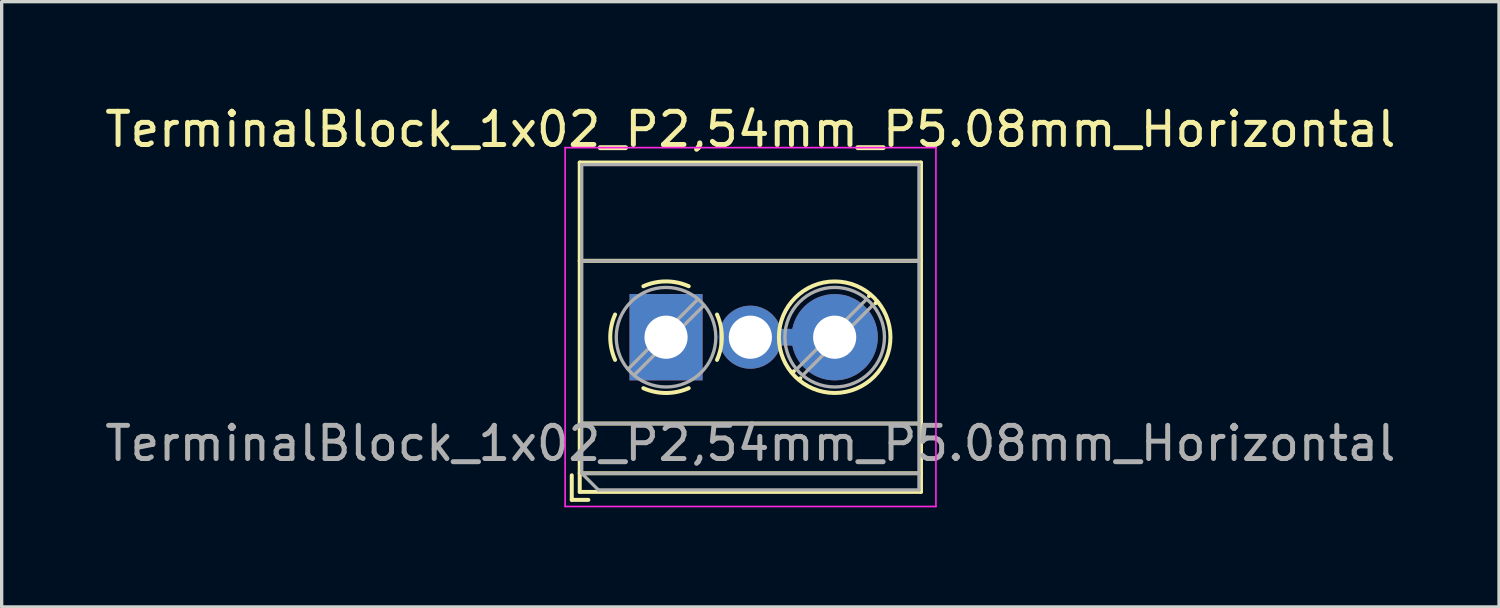
<source format=kicad_pcb>
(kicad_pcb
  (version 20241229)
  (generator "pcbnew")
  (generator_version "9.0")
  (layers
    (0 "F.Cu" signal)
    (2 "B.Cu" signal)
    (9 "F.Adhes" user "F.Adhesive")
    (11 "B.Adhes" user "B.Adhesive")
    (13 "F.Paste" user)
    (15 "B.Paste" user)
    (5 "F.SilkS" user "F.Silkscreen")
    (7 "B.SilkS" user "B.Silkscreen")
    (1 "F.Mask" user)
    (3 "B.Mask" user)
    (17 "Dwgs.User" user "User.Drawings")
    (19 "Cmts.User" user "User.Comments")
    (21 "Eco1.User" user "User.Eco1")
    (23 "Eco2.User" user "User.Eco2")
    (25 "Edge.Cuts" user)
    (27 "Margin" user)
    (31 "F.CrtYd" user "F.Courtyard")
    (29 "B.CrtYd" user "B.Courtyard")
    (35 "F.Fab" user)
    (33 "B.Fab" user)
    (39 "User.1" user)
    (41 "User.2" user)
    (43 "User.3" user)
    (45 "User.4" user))
  (footprint "TerminalBlock_1x02_P2,54mm_P5.08mm_Horizontal"
    (layer "F.Cu")
    (at 17.014 7.108)
    (property "Reference" "TerminalBlock_1x02_P2,54mm_P5.08mm_Horizontal" (at 2.54 -6.26 0) (layer "F.SilkS") (effects (font (size 1 1) (thickness 0.15))))
    (attr through_hole)
    (fp_line (start -2.84 4.16) (end -2.84 4.9) (stroke (width 0.12) (type solid)) (layer "F.SilkS"))
    (fp_line (start -2.84 4.9) (end -2.34 4.9) (stroke (width 0.12) (type solid)) (layer "F.SilkS"))
    (fp_line (start -2.6 -5.261) (end -2.6 4.66) (stroke (width 0.12) (type solid)) (layer "F.SilkS"))
    (fp_line (start -2.6 -5.261) (end 7.68 -5.261) (stroke (width 0.12) (type solid)) (layer "F.SilkS"))
    (fp_line (start -2.6 -2.301) (end 7.68 -2.301) (stroke (width 0.12) (type solid)) (layer "F.SilkS"))
    (fp_line (start -2.6 2.6) (end 7.68 2.6) (stroke (width 0.12) (type solid)) (layer "F.SilkS"))
    (fp_line (start -2.6 4.1) (end 7.68 4.1) (stroke (width 0.12) (type solid)) (layer "F.SilkS"))
    (fp_line (start -2.6 4.66) (end 7.68 4.66) (stroke (width 0.12) (type solid)) (layer "F.SilkS"))
    (fp_line (start 3.853 1.023) (end 3.806 1.069) (stroke (width 0.12) (type solid)) (layer "F.SilkS"))
    (fp_line (start 4.046 1.239) (end 4.011 1.274) (stroke (width 0.12) (type solid)) (layer "F.SilkS"))
    (fp_line (start 6.15 -1.275) (end 6.115 -1.239) (stroke (width 0.12) (type solid)) (layer "F.SilkS"))
    (fp_line (start 6.355 -1.069) (end 6.308 -1.023) (stroke (width 0.12) (type solid)) (layer "F.SilkS"))
    (fp_line (start 7.68 -5.261) (end 7.68 4.66) (stroke (width 0.12) (type solid)) (layer "F.SilkS"))
    (fp_arc (start -1.535427 0.683042) (mid -1.680501 -0.000524) (end -1.535 -0.684) (stroke (width 0.12) (type solid)) (layer "F.SilkS"))
    (fp_arc (start -0.683042 -1.535427) (mid 0.000524 -1.680501) (end 0.684 -1.535) (stroke (width 0.12) (type solid)) (layer "F.SilkS"))
    (fp_arc (start 0.028805 1.680253) (mid -0.335551 1.646659) (end -0.684 1.535) (stroke (width 0.12) (type solid)) (layer "F.SilkS"))
    (fp_arc (start 0.683318 1.534756) (mid 0.349292 1.643288) (end 0 1.68) (stroke (width 0.12) (type solid)) (layer "F.SilkS"))
    (fp_arc (start 1.535427 -0.683042) (mid 1.680501 0.000524) (end 1.535 0.684) (stroke (width 0.12) (type solid)) (layer "F.SilkS"))
    (fp_circle (center 5.08 0) (end 6.76 0) (stroke (width 0.12) (type solid)) (fill no) (layer "F.SilkS"))
    (fp_line (start -3.04 -5.71) (end -3.04 5.1) (stroke (width 0.05) (type solid)) (layer "F.CrtYd"))
    (fp_line (start -3.04 5.1) (end 8.13 5.1) (stroke (width 0.05) (type solid)) (layer "F.CrtYd"))
    (fp_line (start 8.13 -5.71) (end -3.04 -5.71) (stroke (width 0.05) (type solid)) (layer "F.CrtYd"))
    (fp_line (start 8.13 5.1) (end 8.13 -5.71) (stroke (width 0.05) (type solid)) (layer "F.CrtYd"))
    (fp_line (start -2.54 -5.2) (end 7.62 -5.2) (stroke (width 0.1) (type solid)) (layer "F.Fab"))
    (fp_line (start -2.54 -2.3) (end 7.62 -2.3) (stroke (width 0.1) (type solid)) (layer "F.Fab"))
    (fp_line (start -2.54 2.6) (end 7.62 2.6) (stroke (width 0.1) (type solid)) (layer "F.Fab"))
    (fp_line (start -2.54 4.1) (end -2.54 -5.2) (stroke (width 0.1) (type solid)) (layer "F.Fab"))
    (fp_line (start -2.54 4.1) (end 7.62 4.1) (stroke (width 0.1) (type solid)) (layer "F.Fab"))
    (fp_line (start -2.04 4.6) (end -2.54 4.1) (stroke (width 0.1) (type solid)) (layer "F.Fab"))
    (fp_line (start 0.955 -1.138) (end -1.138 0.955) (stroke (width 0.1) (type solid)) (layer "F.Fab"))
    (fp_line (start 1.138 -0.955) (end -0.955 1.138) (stroke (width 0.1) (type solid)) (layer "F.Fab"))
    (fp_line (start 6.035 -1.138) (end 3.943 0.955) (stroke (width 0.1) (type solid)) (layer "F.Fab"))
    (fp_line (start 6.218 -0.955) (end 4.126 1.138) (stroke (width 0.1) (type solid)) (layer "F.Fab"))
    (fp_line (start 7.62 -5.2) (end 7.62 4.6) (stroke (width 0.1) (type solid)) (layer "F.Fab"))
    (fp_line (start 7.62 4.6) (end -2.04 4.6) (stroke (width 0.1) (type solid)) (layer "F.Fab"))
    (fp_circle (center 0 0) (end 1.5 0) (stroke (width 0.1) (type solid)) (fill no) (layer "F.Fab"))
    (fp_circle (center 5.08 0) (end 6.58 0) (stroke (width 0.1) (type solid)) (fill no) (layer "F.Fab"))
    (fp_text user "${REFERENCE}" (at 2.54 3.2 0) (layer "F.Fab") (effects (font (size 1 1) (thickness 0.15))))
    (pad "1" thru_hole rect (at 0 0) (size 2.2 2.6) (drill 1.3) (layers "*.Cu" "*.Mask"))
    (pad "2" thru_hole circle (at 2.54 0) (size 1.9 1.9) (drill 1.3) (layers "*.Cu" "*.Mask"))
    (pad "2" thru_hole circle (at 5.08 0) (size 2.6 2.6) (drill 1.3) (layers "*.Cu" "*.Mask"))
    (pad "3" smd rect (at 3.76 0) (size 1 0.5) (layers "F.Cu" "F.Mask" "F.Paste"))
    (pad "3" smd rect (at 3.76 0) (size 1 0.5) (layers "B.Cu" "B.Mask" "B.Paste")))
  (gr_rect
    (start -3 -3)
    (end 42.107 15.233)
    (stroke (width 0.1) (type default))
    (fill no)
    (layer "Edge.Cuts")))
</source>
